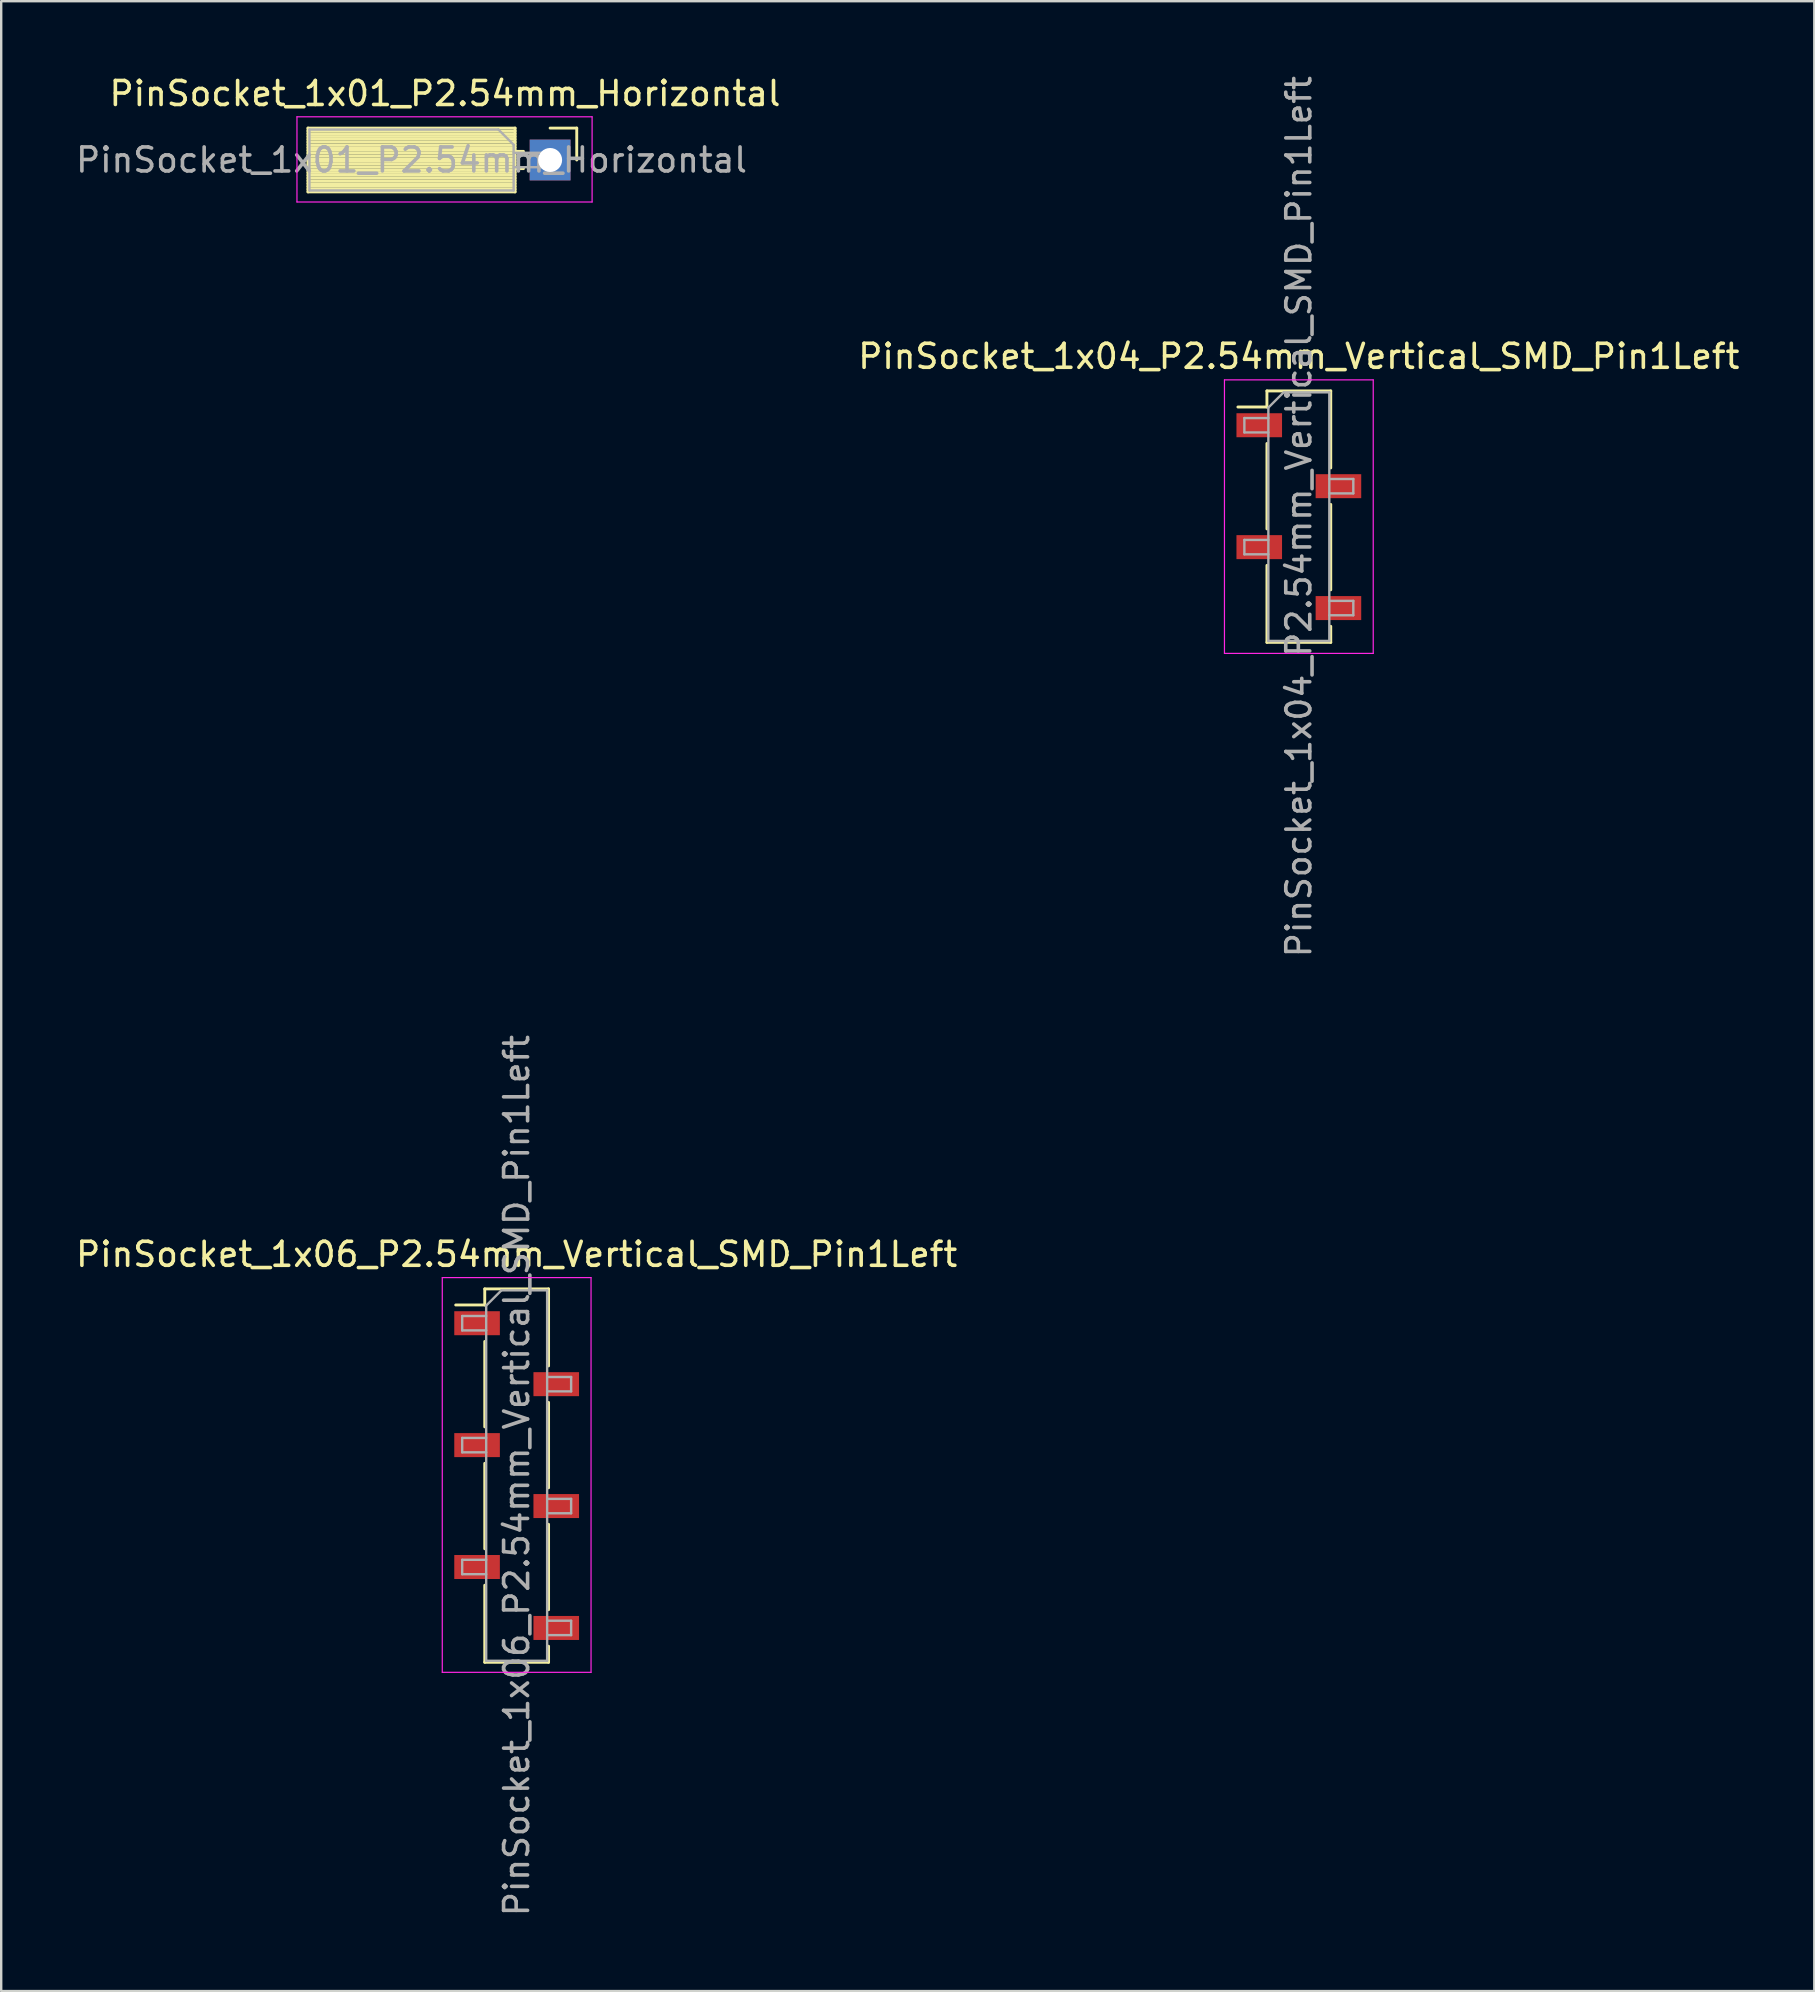
<source format=kicad_pcb>
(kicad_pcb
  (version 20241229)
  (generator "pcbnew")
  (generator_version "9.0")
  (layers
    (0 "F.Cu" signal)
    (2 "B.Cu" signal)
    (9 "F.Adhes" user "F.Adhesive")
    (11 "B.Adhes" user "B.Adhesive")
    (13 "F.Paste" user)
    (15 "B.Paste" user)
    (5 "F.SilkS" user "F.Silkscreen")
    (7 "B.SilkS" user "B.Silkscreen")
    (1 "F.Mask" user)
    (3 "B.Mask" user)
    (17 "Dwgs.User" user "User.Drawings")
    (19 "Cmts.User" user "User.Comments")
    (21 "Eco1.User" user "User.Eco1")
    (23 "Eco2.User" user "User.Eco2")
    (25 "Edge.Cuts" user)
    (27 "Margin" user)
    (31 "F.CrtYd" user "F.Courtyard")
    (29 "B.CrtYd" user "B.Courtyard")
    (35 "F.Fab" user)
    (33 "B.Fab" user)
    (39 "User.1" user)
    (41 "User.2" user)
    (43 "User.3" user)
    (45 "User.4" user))
  (footprint "PinSocket_1x04_P2.54mm_Vertical_SMD_Pin1Left"
    (layer "F.Cu")
    (at 51.08 18.482)
    (property "Reference" "PinSocket_1x04_P2.54mm_Vertical_SMD_Pin1Left" (at 0 -6.68 0) (layer "F.SilkS") (effects (font (size 1 1) (thickness 0.15))))
    (attr smd)
    (fp_line (start -2.54 -4.57) (end -1.33 -4.57) (stroke (width 0.12) (type solid)) (layer "F.SilkS"))
    (fp_line (start -1.33 -5.24) (end -1.33 -4.57) (stroke (width 0.12) (type solid)) (layer "F.SilkS"))
    (fp_line (start -1.33 -5.24) (end 1.33 -5.24) (stroke (width 0.12) (type solid)) (layer "F.SilkS"))
    (fp_line (start -1.33 -3.05) (end -1.33 0.51) (stroke (width 0.12) (type solid)) (layer "F.SilkS"))
    (fp_line (start -1.33 2.03) (end -1.33 5.24) (stroke (width 0.12) (type solid)) (layer "F.SilkS"))
    (fp_line (start -1.33 5.24) (end 1.33 5.24) (stroke (width 0.12) (type solid)) (layer "F.SilkS"))
    (fp_line (start 1.33 -5.24) (end 1.33 -2.03) (stroke (width 0.12) (type solid)) (layer "F.SilkS"))
    (fp_line (start 1.33 -0.51) (end 1.33 3.05) (stroke (width 0.12) (type solid)) (layer "F.SilkS"))
    (fp_line (start 1.33 4.57) (end 1.33 5.24) (stroke (width 0.12) (type solid)) (layer "F.SilkS"))
    (fp_line (start -3.1 -5.7) (end 3.1 -5.7) (stroke (width 0.05) (type solid)) (layer "F.CrtYd"))
    (fp_line (start -3.1 5.7) (end -3.1 -5.7) (stroke (width 0.05) (type solid)) (layer "F.CrtYd"))
    (fp_line (start 3.1 -5.7) (end 3.1 5.7) (stroke (width 0.05) (type solid)) (layer "F.CrtYd"))
    (fp_line (start 3.1 5.7) (end -3.1 5.7) (stroke (width 0.05) (type solid)) (layer "F.CrtYd"))
    (fp_line (start -2.27 -4.11) (end -1.27 -4.11) (stroke (width 0.1) (type solid)) (layer "F.Fab"))
    (fp_line (start -2.27 -3.51) (end -2.27 -4.11) (stroke (width 0.1) (type solid)) (layer "F.Fab"))
    (fp_line (start -2.27 0.97) (end -1.27 0.97) (stroke (width 0.1) (type solid)) (layer "F.Fab"))
    (fp_line (start -2.27 1.57) (end -2.27 0.97) (stroke (width 0.1) (type solid)) (layer "F.Fab"))
    (fp_line (start -1.27 -4.545) (end -0.635 -5.18) (stroke (width 0.1) (type solid)) (layer "F.Fab"))
    (fp_line (start -1.27 -3.51) (end -2.27 -3.51) (stroke (width 0.1) (type solid)) (layer "F.Fab"))
    (fp_line (start -1.27 1.57) (end -2.27 1.57) (stroke (width 0.1) (type solid)) (layer "F.Fab"))
    (fp_line (start -1.27 5.18) (end -1.27 -4.545) (stroke (width 0.1) (type solid)) (layer "F.Fab"))
    (fp_line (start -0.635 -5.18) (end 1.27 -5.18) (stroke (width 0.1) (type solid)) (layer "F.Fab"))
    (fp_line (start 1.27 -5.18) (end 1.27 5.18) (stroke (width 0.1) (type solid)) (layer "F.Fab"))
    (fp_line (start 1.27 -1.57) (end 2.27 -1.57) (stroke (width 0.1) (type solid)) (layer "F.Fab"))
    (fp_line (start 1.27 3.51) (end 2.27 3.51) (stroke (width 0.1) (type solid)) (layer "F.Fab"))
    (fp_line (start 1.27 5.18) (end -1.27 5.18) (stroke (width 0.1) (type solid)) (layer "F.Fab"))
    (fp_line (start 2.27 -1.57) (end 2.27 -0.97) (stroke (width 0.1) (type solid)) (layer "F.Fab"))
    (fp_line (start 2.27 -0.97) (end 1.27 -0.97) (stroke (width 0.1) (type solid)) (layer "F.Fab"))
    (fp_line (start 2.27 3.51) (end 2.27 4.11) (stroke (width 0.1) (type solid)) (layer "F.Fab"))
    (fp_line (start 2.27 4.11) (end 1.27 4.11) (stroke (width 0.1) (type solid)) (layer "F.Fab"))
    (fp_text user "${REFERENCE}" (at 0 0 90) (layer "F.Fab") (effects (font (size 1 1) (thickness 0.15))))
    (pad "1" smd rect (at -1.65 -3.81) (size 1.9 1) (layers "F.Cu" "F.Mask" "F.Paste"))
    (pad "2" smd rect (at 1.65 -1.27) (size 1.9 1) (layers "F.Cu" "F.Mask" "F.Paste"))
    (pad "3" smd rect (at -1.65 1.27) (size 1.9 1) (layers "F.Cu" "F.Mask" "F.Paste"))
    (pad "4" smd rect (at 1.65 3.81) (size 1.9 1) (layers "F.Cu" "F.Mask" "F.Paste")))
  (footprint "PinSocket_1x01_P2.54mm_Horizontal"
    (layer "F.Cu")
    (at 19.876 3.618)
    (property "Reference" "PinSocket_1x01_P2.54mm_Horizontal" (at -4.38 -2.77 0) (layer "F.SilkS") (effects (font (size 1 1) (thickness 0.15))))
    (attr through_hole)
    (fp_line (start -10.09 -1.33) (end -10.09 1.33) (stroke (width 0.12) (type solid)) (layer "F.SilkS"))
    (fp_line (start -10.09 -1.33) (end -1.46 -1.33) (stroke (width 0.12) (type solid)) (layer "F.SilkS"))
    (fp_line (start -10.09 -1.21) (end -1.46 -1.21) (stroke (width 0.12) (type solid)) (layer "F.SilkS"))
    (fp_line (start -10.09 -1.095) (end -1.46 -1.095) (stroke (width 0.12) (type solid)) (layer "F.SilkS"))
    (fp_line (start -10.09 -0.979) (end -1.46 -0.979) (stroke (width 0.12) (type solid)) (layer "F.SilkS"))
    (fp_line (start -10.09 -0.864) (end -1.46 -0.864) (stroke (width 0.12) (type solid)) (layer "F.SilkS"))
    (fp_line (start -10.09 -0.748) (end -1.46 -0.748) (stroke (width 0.12) (type solid)) (layer "F.SilkS"))
    (fp_line (start -10.09 -0.633) (end -1.46 -0.633) (stroke (width 0.12) (type solid)) (layer "F.SilkS"))
    (fp_line (start -10.09 -0.517) (end -1.46 -0.517) (stroke (width 0.12) (type solid)) (layer "F.SilkS"))
    (fp_line (start -10.09 -0.402) (end -1.46 -0.402) (stroke (width 0.12) (type solid)) (layer "F.SilkS"))
    (fp_line (start -10.09 -0.286) (end -1.46 -0.286) (stroke (width 0.12) (type solid)) (layer "F.SilkS"))
    (fp_line (start -10.09 -0.171) (end -1.46 -0.171) (stroke (width 0.12) (type solid)) (layer "F.SilkS"))
    (fp_line (start -10.09 -0.055) (end -1.46 -0.055) (stroke (width 0.12) (type solid)) (layer "F.SilkS"))
    (fp_line (start -10.09 0.06) (end -1.46 0.06) (stroke (width 0.12) (type solid)) (layer "F.SilkS"))
    (fp_line (start -10.09 0.175) (end -1.46 0.175) (stroke (width 0.12) (type solid)) (layer "F.SilkS"))
    (fp_line (start -10.09 0.291) (end -1.46 0.291) (stroke (width 0.12) (type solid)) (layer "F.SilkS"))
    (fp_line (start -10.09 0.406) (end -1.46 0.406) (stroke (width 0.12) (type solid)) (layer "F.SilkS"))
    (fp_line (start -10.09 0.522) (end -1.46 0.522) (stroke (width 0.12) (type solid)) (layer "F.SilkS"))
    (fp_line (start -10.09 0.637) (end -1.46 0.637) (stroke (width 0.12) (type solid)) (layer "F.SilkS"))
    (fp_line (start -10.09 0.753) (end -1.46 0.753) (stroke (width 0.12) (type solid)) (layer "F.SilkS"))
    (fp_line (start -10.09 0.868) (end -1.46 0.868) (stroke (width 0.12) (type solid)) (layer "F.SilkS"))
    (fp_line (start -10.09 0.984) (end -1.46 0.984) (stroke (width 0.12) (type solid)) (layer "F.SilkS"))
    (fp_line (start -10.09 1.099) (end -1.46 1.099) (stroke (width 0.12) (type solid)) (layer "F.SilkS"))
    (fp_line (start -10.09 1.215) (end -1.46 1.215) (stroke (width 0.12) (type solid)) (layer "F.SilkS"))
    (fp_line (start -10.09 1.33) (end -1.46 1.33) (stroke (width 0.12) (type solid)) (layer "F.SilkS"))
    (fp_line (start -1.46 -1.33) (end -1.46 1.33) (stroke (width 0.12) (type solid)) (layer "F.SilkS"))
    (fp_line (start -1.46 -0.36) (end -1.11 -0.36) (stroke (width 0.12) (type solid)) (layer "F.SilkS"))
    (fp_line (start -1.46 0.36) (end -1.11 0.36) (stroke (width 0.12) (type solid)) (layer "F.SilkS"))
    (fp_line (start 0 -1.33) (end 1.11 -1.33) (stroke (width 0.12) (type solid)) (layer "F.SilkS"))
    (fp_line (start 1.11 -1.33) (end 1.11 0) (stroke (width 0.12) (type solid)) (layer "F.SilkS"))
    (fp_line (start -10.55 -1.8) (end -10.55 1.75) (stroke (width 0.05) (type solid)) (layer "F.CrtYd"))
    (fp_line (start -10.55 1.75) (end 1.75 1.75) (stroke (width 0.05) (type solid)) (layer "F.CrtYd"))
    (fp_line (start 1.75 -1.8) (end -10.55 -1.8) (stroke (width 0.05) (type solid)) (layer "F.CrtYd"))
    (fp_line (start 1.75 1.75) (end 1.75 -1.8) (stroke (width 0.05) (type solid)) (layer "F.CrtYd"))
    (fp_line (start -10.03 -1.27) (end -2.155 -1.27) (stroke (width 0.1) (type solid)) (layer "F.Fab"))
    (fp_line (start -10.03 1.27) (end -10.03 -1.27) (stroke (width 0.1) (type solid)) (layer "F.Fab"))
    (fp_line (start -2.155 -1.27) (end -1.52 -0.635) (stroke (width 0.1) (type solid)) (layer "F.Fab"))
    (fp_line (start -1.52 -0.635) (end -1.52 1.27) (stroke (width 0.1) (type solid)) (layer "F.Fab"))
    (fp_line (start -1.52 0.3) (end 0 0.3) (stroke (width 0.1) (type solid)) (layer "F.Fab"))
    (fp_line (start -1.52 1.27) (end -10.03 1.27) (stroke (width 0.1) (type solid)) (layer "F.Fab"))
    (fp_line (start 0 -0.3) (end -1.52 -0.3) (stroke (width 0.1) (type solid)) (layer "F.Fab"))
    (fp_line (start 0 0.3) (end 0 -0.3) (stroke (width 0.1) (type solid)) (layer "F.Fab"))
    (fp_text user "${REFERENCE}" (at -5.775 0 0) (layer "F.Fab") (effects (font (size 1 1) (thickness 0.15))))
    (pad "1" thru_hole rect (at 0 0) (size 1.7 1.7) (drill 1) (layers "*.Cu" "*.Mask")))
  (footprint "PinSocket_1x06_P2.54mm_Vertical_SMD_Pin1Left"
    (layer "F.Cu")
    (at 18.482 58.446)
    (property "Reference" "PinSocket_1x06_P2.54mm_Vertical_SMD_Pin1Left" (at 0 -9.22 0) (layer "F.SilkS") (effects (font (size 1 1) (thickness 0.15))))
    (attr smd)
    (fp_line (start -2.54 -7.11) (end -1.33 -7.11) (stroke (width 0.12) (type solid)) (layer "F.SilkS"))
    (fp_line (start -1.33 -7.78) (end -1.33 -7.11) (stroke (width 0.12) (type solid)) (layer "F.SilkS"))
    (fp_line (start -1.33 -7.78) (end 1.33 -7.78) (stroke (width 0.12) (type solid)) (layer "F.SilkS"))
    (fp_line (start -1.33 -5.59) (end -1.33 -2.03) (stroke (width 0.12) (type solid)) (layer "F.SilkS"))
    (fp_line (start -1.33 -0.51) (end -1.33 3.05) (stroke (width 0.12) (type solid)) (layer "F.SilkS"))
    (fp_line (start -1.33 4.57) (end -1.33 7.78) (stroke (width 0.12) (type solid)) (layer "F.SilkS"))
    (fp_line (start -1.33 7.78) (end 1.33 7.78) (stroke (width 0.12) (type solid)) (layer "F.SilkS"))
    (fp_line (start 1.33 -7.78) (end 1.33 -4.57) (stroke (width 0.12) (type solid)) (layer "F.SilkS"))
    (fp_line (start 1.33 -3.05) (end 1.33 0.51) (stroke (width 0.12) (type solid)) (layer "F.SilkS"))
    (fp_line (start 1.33 2.03) (end 1.33 5.59) (stroke (width 0.12) (type solid)) (layer "F.SilkS"))
    (fp_line (start 1.33 7.11) (end 1.33 7.78) (stroke (width 0.12) (type solid)) (layer "F.SilkS"))
    (fp_line (start -3.1 -8.25) (end 3.1 -8.25) (stroke (width 0.05) (type solid)) (layer "F.CrtYd"))
    (fp_line (start -3.1 8.2) (end -3.1 -8.25) (stroke (width 0.05) (type solid)) (layer "F.CrtYd"))
    (fp_line (start 3.1 -8.25) (end 3.1 8.2) (stroke (width 0.05) (type solid)) (layer "F.CrtYd"))
    (fp_line (start 3.1 8.2) (end -3.1 8.2) (stroke (width 0.05) (type solid)) (layer "F.CrtYd"))
    (fp_line (start -2.27 -6.65) (end -1.27 -6.65) (stroke (width 0.1) (type solid)) (layer "F.Fab"))
    (fp_line (start -2.27 -6.05) (end -2.27 -6.65) (stroke (width 0.1) (type solid)) (layer "F.Fab"))
    (fp_line (start -2.27 -1.57) (end -1.27 -1.57) (stroke (width 0.1) (type solid)) (layer "F.Fab"))
    (fp_line (start -2.27 -0.97) (end -2.27 -1.57) (stroke (width 0.1) (type solid)) (layer "F.Fab"))
    (fp_line (start -2.27 3.51) (end -1.27 3.51) (stroke (width 0.1) (type solid)) (layer "F.Fab"))
    (fp_line (start -2.27 4.11) (end -2.27 3.51) (stroke (width 0.1) (type solid)) (layer "F.Fab"))
    (fp_line (start -1.27 -7.085) (end -0.635 -7.72) (stroke (width 0.1) (type solid)) (layer "F.Fab"))
    (fp_line (start -1.27 -6.05) (end -2.27 -6.05) (stroke (width 0.1) (type solid)) (layer "F.Fab"))
    (fp_line (start -1.27 -0.97) (end -2.27 -0.97) (stroke (width 0.1) (type solid)) (layer "F.Fab"))
    (fp_line (start -1.27 4.11) (end -2.27 4.11) (stroke (width 0.1) (type solid)) (layer "F.Fab"))
    (fp_line (start -1.27 7.72) (end -1.27 -7.085) (stroke (width 0.1) (type solid)) (layer "F.Fab"))
    (fp_line (start -0.635 -7.72) (end 1.27 -7.72) (stroke (width 0.1) (type solid)) (layer "F.Fab"))
    (fp_line (start 1.27 -7.72) (end 1.27 7.72) (stroke (width 0.1) (type solid)) (layer "F.Fab"))
    (fp_line (start 1.27 -4.11) (end 2.27 -4.11) (stroke (width 0.1) (type solid)) (layer "F.Fab"))
    (fp_line (start 1.27 0.97) (end 2.27 0.97) (stroke (width 0.1) (type solid)) (layer "F.Fab"))
    (fp_line (start 1.27 6.05) (end 2.27 6.05) (stroke (width 0.1) (type solid)) (layer "F.Fab"))
    (fp_line (start 1.27 7.72) (end -1.27 7.72) (stroke (width 0.1) (type solid)) (layer "F.Fab"))
    (fp_line (start 2.27 -4.11) (end 2.27 -3.51) (stroke (width 0.1) (type solid)) (layer "F.Fab"))
    (fp_line (start 2.27 -3.51) (end 1.27 -3.51) (stroke (width 0.1) (type solid)) (layer "F.Fab"))
    (fp_line (start 2.27 0.97) (end 2.27 1.57) (stroke (width 0.1) (type solid)) (layer "F.Fab"))
    (fp_line (start 2.27 1.57) (end 1.27 1.57) (stroke (width 0.1) (type solid)) (layer "F.Fab"))
    (fp_line (start 2.27 6.05) (end 2.27 6.65) (stroke (width 0.1) (type solid)) (layer "F.Fab"))
    (fp_line (start 2.27 6.65) (end 1.27 6.65) (stroke (width 0.1) (type solid)) (layer "F.Fab"))
    (fp_text user "${REFERENCE}" (at 0 0 90) (layer "F.Fab") (effects (font (size 1 1) (thickness 0.15))))
    (pad "1" smd rect (at -1.65 -6.35) (size 1.9 1) (layers "F.Cu" "F.Mask" "F.Paste"))
    (pad "2" smd rect (at 1.65 -3.81) (size 1.9 1) (layers "F.Cu" "F.Mask" "F.Paste"))
    (pad "3" smd rect (at -1.65 -1.27) (size 1.9 1) (layers "F.Cu" "F.Mask" "F.Paste"))
    (pad "4" smd rect (at 1.65 1.27) (size 1.9 1) (layers "F.Cu" "F.Mask" "F.Paste"))
    (pad "5" smd rect (at -1.65 3.81) (size 1.9 1) (layers "F.Cu" "F.Mask" "F.Paste"))
    (pad "6" smd rect (at 1.65 6.35) (size 1.9 1) (layers "F.Cu" "F.Mask" "F.Paste")))
  (gr_rect
    (start -3 -3)
    (end 72.562 79.929)
    (stroke (width 0.1) (type default))
    (fill no)
    (layer "Edge.Cuts")))
</source>
